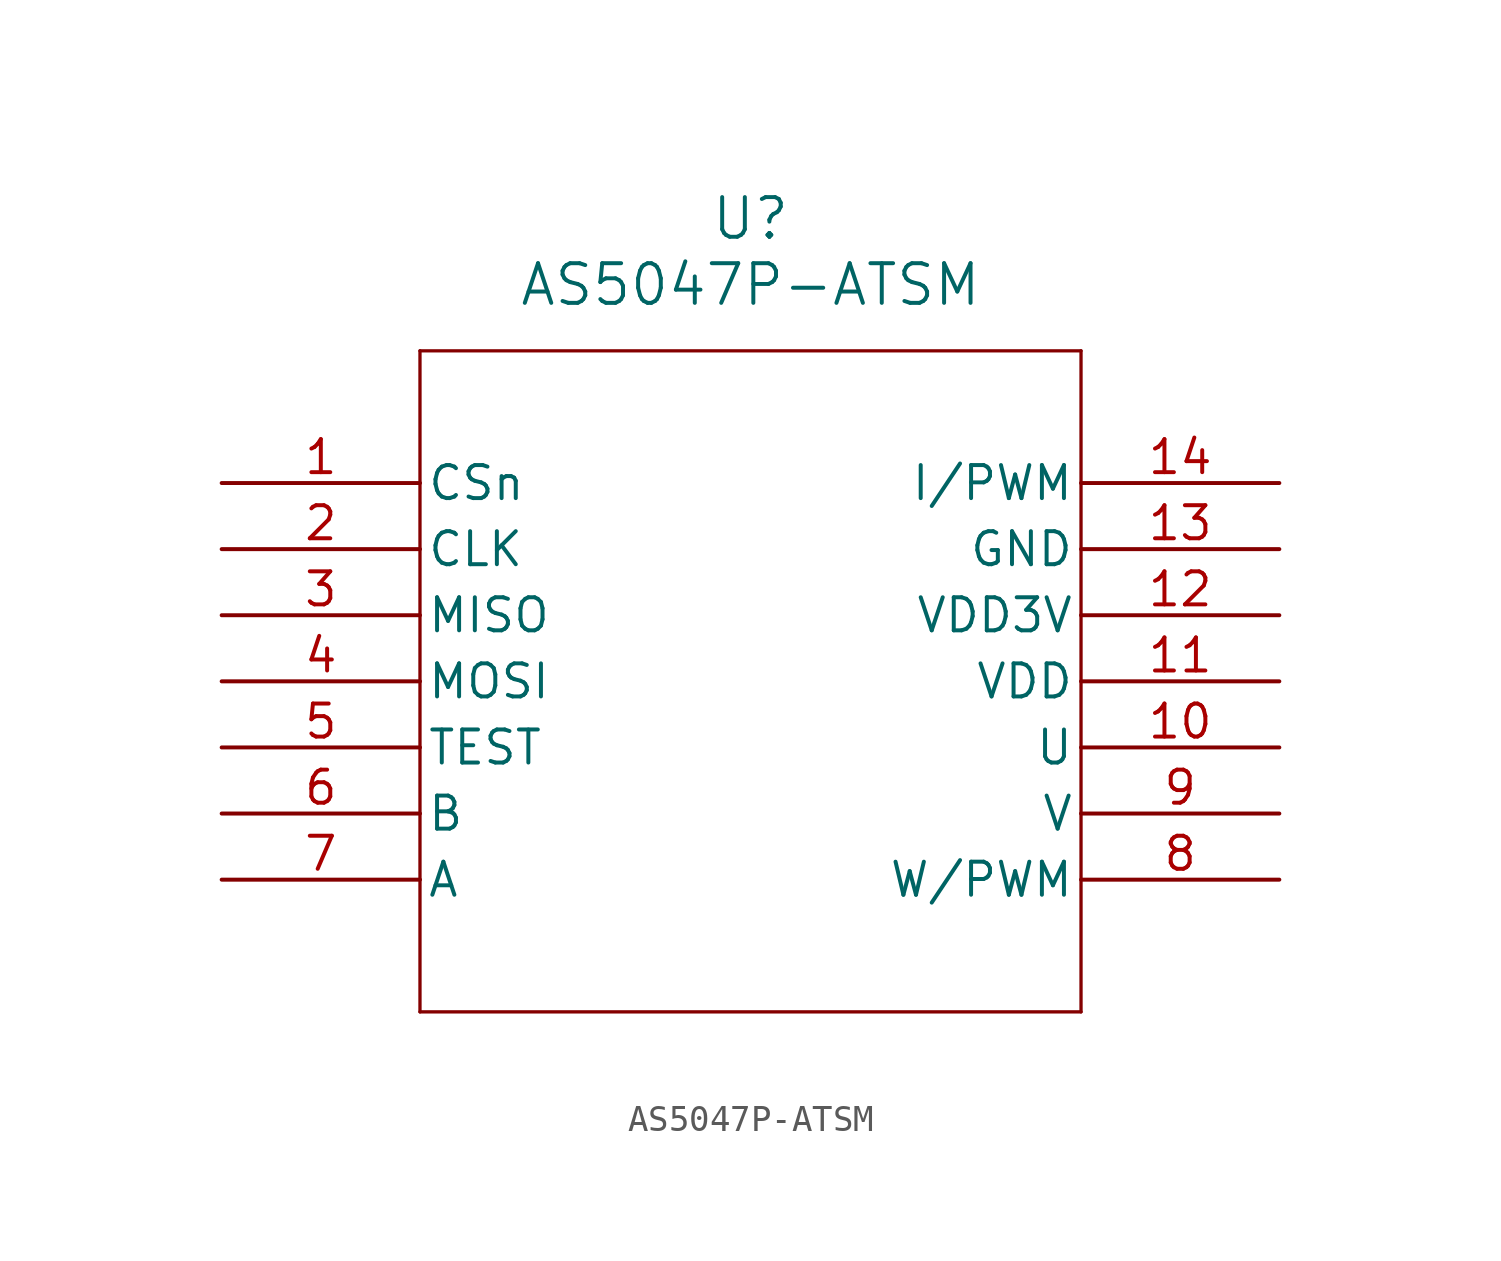
<source format=kicad_sym>
(kicad_symbol_lib
  (version 20241209)
  (generator "kicad_symbol_editor")
  (generator_version "9.0")
  (symbol "AS5047P-ATSM"
    (pin_names
      (offset 0.254))
    (property "Reference" "U"
      (at 20.32 10.16 0)
      (effects (font (size 1.524 1.524))))
    (property "Value" "AS5047P-ATSM"
      (at 20.32 7.62 0)
      (effects (font (size 1.524 1.524))))
    (symbol "AS5047P-ATSM_0_1"
      (polyline (pts (xy 7.62 5.08) (xy 7.62 -20.32)) (stroke (width 0.127) (type default)) (fill (type none)))
      (polyline (pts (xy 7.62 -20.32) (xy 33.02 -20.32)) (stroke (width 0.127) (type default)) (fill (type none)))
      (polyline (pts (xy 33.02 5.08) (xy 7.62 5.08)) (stroke (width 0.127) (type default)) (fill (type none)))
      (polyline (pts (xy 33.02 -20.32) (xy 33.02 5.08)) (stroke (width 0.127) (type default)) (fill (type none)))
      (pin input line (at 0 0 0) (length 7.62) (name "CSn" (effects (font (size 1.27 1.27)))) (number "1" (effects (font (size 1.27 1.27)))))
      (pin input line (at 0 -2.54 0) (length 7.62) (name "CLK" (effects (font (size 1.27 1.27)))) (number "2" (effects (font (size 1.27 1.27)))))
      (pin output line (at 0 -5.08 0) (length 7.62) (name "MISO" (effects (font (size 1.27 1.27)))) (number "3" (effects (font (size 1.27 1.27)))))
      (pin input line (at 0 -7.62 0) (length 7.62) (name "MOSI" (effects (font (size 1.27 1.27)))) (number "4" (effects (font (size 1.27 1.27)))))
      (pin power_out line (at 0 -10.16 0) (length 7.62) (name "TEST" (effects (font (size 1.27 1.27)))) (number "5" (effects (font (size 1.27 1.27)))))
      (pin output line (at 0 -12.7 0) (length 7.62) (name "B" (effects (font (size 1.27 1.27)))) (number "6" (effects (font (size 1.27 1.27)))))
      (pin output line (at 0 -15.24 0) (length 7.62) (name "A" (effects (font (size 1.27 1.27)))) (number "7" (effects (font (size 1.27 1.27)))))
      (pin output line (at 40.64 0 180) (length 7.62) (name "I/PWM" (effects (font (size 1.27 1.27)))) (number "14" (effects (font (size 1.27 1.27)))))
      (pin power_out line (at 40.64 -2.54 180) (length 7.62) (name "GND" (effects (font (size 1.27 1.27)))) (number "13" (effects (font (size 1.27 1.27)))))
      (pin power_in line (at 40.64 -5.08 180) (length 7.62) (name "VDD3V" (effects (font (size 1.27 1.27)))) (number "12" (effects (font (size 1.27 1.27)))))
      (pin power_in line (at 40.64 -7.62 180) (length 7.62) (name "VDD" (effects (font (size 1.27 1.27)))) (number "11" (effects (font (size 1.27 1.27)))))
      (pin output line (at 40.64 -10.16 180) (length 7.62) (name "U" (effects (font (size 1.27 1.27)))) (number "10" (effects (font (size 1.27 1.27)))))
      (pin output line (at 40.64 -12.7 180) (length 7.62) (name "V" (effects (font (size 1.27 1.27)))) (number "9" (effects (font (size 1.27 1.27)))))
      (pin output line (at 40.64 -15.24 180) (length 7.62) (name "W/PWM" (effects (font (size 1.27 1.27)))) (number "8" (effects (font (size 1.27 1.27))))))))
</source>
